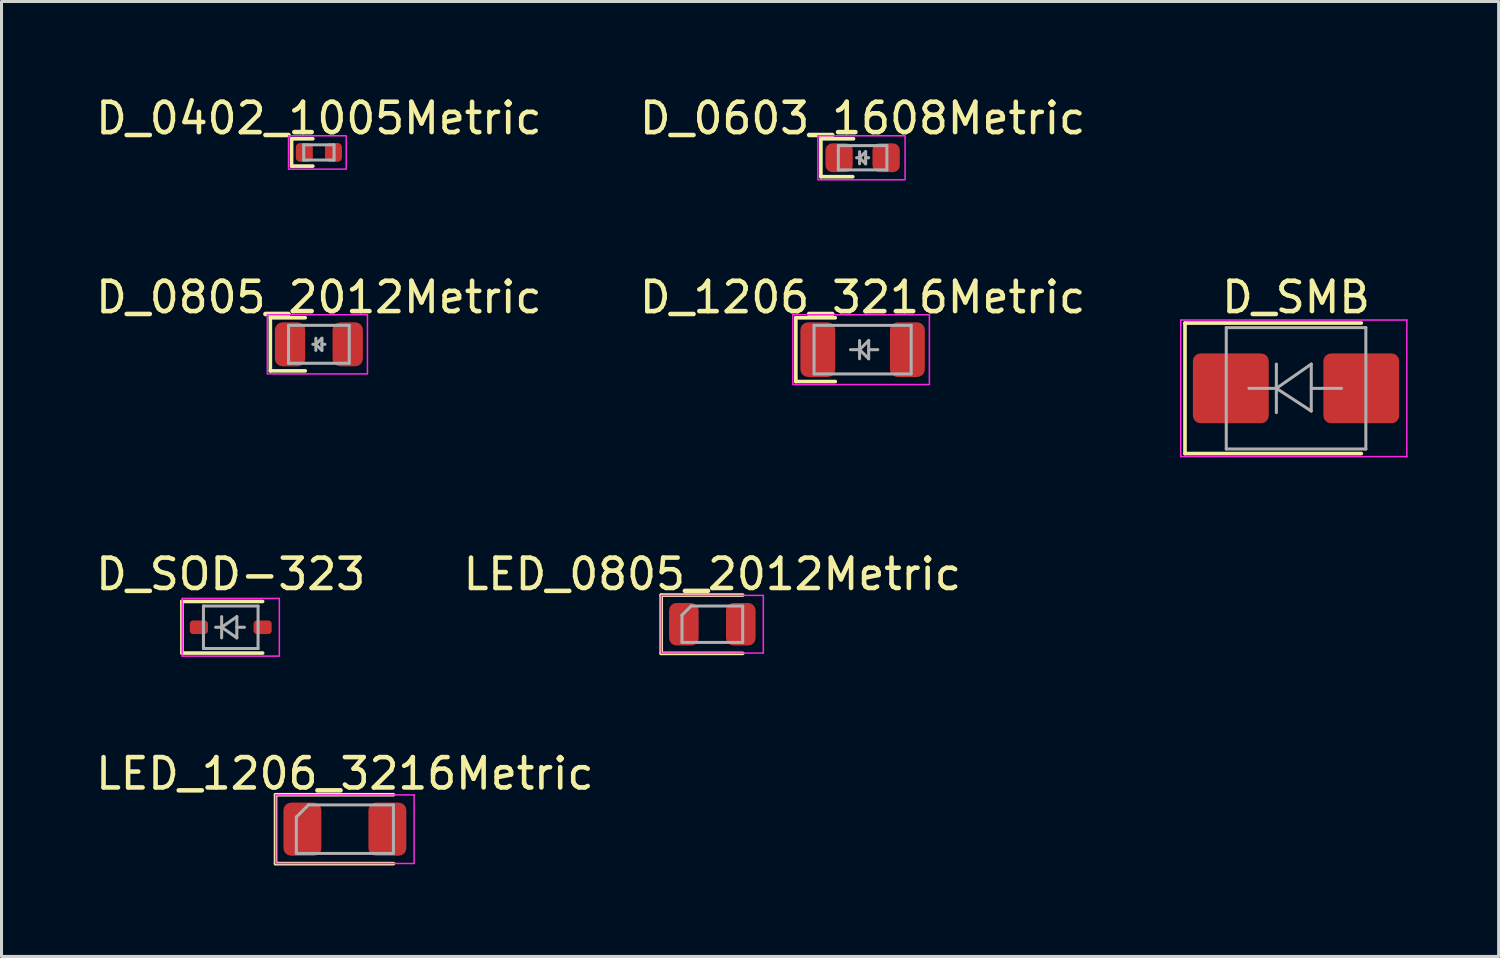
<source format=kicad_pcb>
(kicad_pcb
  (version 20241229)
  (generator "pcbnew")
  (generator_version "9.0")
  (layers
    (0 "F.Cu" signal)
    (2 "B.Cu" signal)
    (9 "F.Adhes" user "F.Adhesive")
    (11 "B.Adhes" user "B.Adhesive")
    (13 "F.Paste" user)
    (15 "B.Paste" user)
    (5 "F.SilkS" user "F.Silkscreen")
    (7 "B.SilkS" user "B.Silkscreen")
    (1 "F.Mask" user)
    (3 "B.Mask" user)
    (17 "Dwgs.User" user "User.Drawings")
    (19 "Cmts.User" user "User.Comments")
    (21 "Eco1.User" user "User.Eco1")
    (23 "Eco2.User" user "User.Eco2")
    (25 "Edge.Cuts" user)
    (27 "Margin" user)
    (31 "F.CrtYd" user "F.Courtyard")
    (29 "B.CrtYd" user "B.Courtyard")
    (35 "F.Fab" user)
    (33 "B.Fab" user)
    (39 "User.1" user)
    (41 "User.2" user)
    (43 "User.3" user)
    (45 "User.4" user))
  (footprint "LED_1206_3216Metric"
    (layer "F.Cu")
    (at 8.315 24.273)
    (property "Reference" "LED_1206_3216Metric" (at 0 -1.83 0) (layer "F.SilkS") (effects (font (size 1 1) (thickness 0.15))))
    (attr smd)
    (fp_line (start -2.285 -1.135) (end -2.285 1.135) (stroke (width 0.12) (type solid)) (layer "F.SilkS"))
    (fp_line (start -2.285 1.135) (end 1.6 1.135) (stroke (width 0.12) (type solid)) (layer "F.SilkS"))
    (fp_line (start 1.6 -1.135) (end -2.285 -1.135) (stroke (width 0.12) (type solid)) (layer "F.SilkS"))
    (fp_line (start -2.28 -1.13) (end 2.28 -1.13) (stroke (width 0.05) (type solid)) (layer "F.CrtYd"))
    (fp_line (start -2.28 1.13) (end -2.28 -1.13) (stroke (width 0.05) (type solid)) (layer "F.CrtYd"))
    (fp_line (start 2.28 -1.13) (end 2.28 1.13) (stroke (width 0.05) (type solid)) (layer "F.CrtYd"))
    (fp_line (start 2.28 1.13) (end -2.28 1.13) (stroke (width 0.05) (type solid)) (layer "F.CrtYd"))
    (fp_line (start -1.6 -0.4) (end -1.6 0.8) (stroke (width 0.1) (type solid)) (layer "F.Fab"))
    (fp_line (start -1.6 0.8) (end 1.6 0.8) (stroke (width 0.1) (type solid)) (layer "F.Fab"))
    (fp_line (start -1.2 -0.8) (end -1.6 -0.4) (stroke (width 0.1) (type solid)) (layer "F.Fab"))
    (fp_line (start 1.6 -0.8) (end -1.2 -0.8) (stroke (width 0.1) (type solid)) (layer "F.Fab"))
    (fp_line (start 1.6 0.8) (end 1.6 -0.8) (stroke (width 0.1) (type solid)) (layer "F.Fab"))
    (pad "1" smd roundrect (at -1.4 0) (size 1.25 1.75) (layers "F.Cu" "F.Mask" "F.Paste") (roundrect_rratio 0.2))
    (pad "2" smd roundrect (at 1.4 0) (size 1.25 1.75) (layers "F.Cu" "F.Mask" "F.Paste") (roundrect_rratio 0.2)))
  (footprint "D_SMB"
    (layer "F.Cu")
    (at 39.658 9.746)
    (property "Reference" "D_SMB" (at 0 -3 0) (layer "F.SilkS") (effects (font (size 1 1) (thickness 0.15))))
    (attr smd)
    (fp_line (start -3.66 -2.15) (end -3.66 2.15) (stroke (width 0.12) (type solid)) (layer "F.SilkS"))
    (fp_line (start -3.66 -2.15) (end 2.15 -2.15) (stroke (width 0.12) (type solid)) (layer "F.SilkS"))
    (fp_line (start -3.66 2.15) (end 2.15 2.15) (stroke (width 0.12) (type solid)) (layer "F.SilkS"))
    (fp_line (start -3.8 -2.25) (end 3.65 -2.25) (stroke (width 0.05) (type solid)) (layer "F.CrtYd"))
    (fp_line (start -3.8 2.25) (end -3.8 -2.25) (stroke (width 0.05) (type solid)) (layer "F.CrtYd"))
    (fp_line (start 3.65 -2.25) (end 3.65 2.25) (stroke (width 0.05) (type solid)) (layer "F.CrtYd"))
    (fp_line (start 3.65 2.25) (end -3.8 2.25) (stroke (width 0.05) (type solid)) (layer "F.CrtYd"))
    (fp_line (start -2.3 2) (end -2.3 -2) (stroke (width 0.1) (type solid)) (layer "F.Fab"))
    (fp_line (start -0.649 -0.799) (end -0.649 0.801) (stroke (width 0.1) (type solid)) (layer "F.Fab"))
    (fp_line (start -0.649 0.001) (end -1.551 0.001) (stroke (width 0.1) (type solid)) (layer "F.Fab"))
    (fp_line (start -0.649 0.001) (end 0.501 -0.799) (stroke (width 0.1) (type solid)) (layer "F.Fab"))
    (fp_line (start -0.649 0.001) (end 0.501 0.75) (stroke (width 0.1) (type solid)) (layer "F.Fab"))
    (fp_line (start 0.501 0.001) (end 1.499 0.001) (stroke (width 0.1) (type solid)) (layer "F.Fab"))
    (fp_line (start 0.501 0.75) (end 0.501 -0.799) (stroke (width 0.1) (type solid)) (layer "F.Fab"))
    (fp_line (start 2.3 -2) (end -2.3 -2) (stroke (width 0.1) (type solid)) (layer "F.Fab"))
    (fp_line (start 2.3 -2) (end 2.3 2) (stroke (width 0.1) (type solid)) (layer "F.Fab"))
    (fp_line (start 2.3 2) (end -2.3 2) (stroke (width 0.1) (type solid)) (layer "F.Fab"))
    (pad "1" smd roundrect (at -2.15 0) (size 2.5 2.3) (layers "F.Cu" "F.Mask" "F.Paste") (roundrect_rratio 0.109))
    (pad "2" smd roundrect (at 2.15 0) (size 2.5 2.3) (layers "F.Cu" "F.Mask" "F.Paste") (roundrect_rratio 0.109)))
  (footprint "D_SOD-323"
    (layer "F.Cu")
    (at 4.554 17.62)
    (property "Reference" "D_SOD-323" (at 0 -1.75 0) (layer "F.SilkS") (effects (font (size 1 1) (thickness 0.15))))
    (attr smd)
    (fp_line (start -1.61 -0.85) (end -1.61 0.85) (stroke (width 0.12) (type solid)) (layer "F.SilkS"))
    (fp_line (start -1.61 -0.85) (end 1.05 -0.85) (stroke (width 0.12) (type solid)) (layer "F.SilkS"))
    (fp_line (start -1.61 0.85) (end 1.05 0.85) (stroke (width 0.12) (type solid)) (layer "F.SilkS"))
    (fp_line (start -1.6 -0.95) (end -1.6 0.95) (stroke (width 0.05) (type solid)) (layer "F.CrtYd"))
    (fp_line (start -1.6 -0.95) (end 1.6 -0.95) (stroke (width 0.05) (type solid)) (layer "F.CrtYd"))
    (fp_line (start -1.6 0.95) (end 1.6 0.95) (stroke (width 0.05) (type solid)) (layer "F.CrtYd"))
    (fp_line (start 1.6 -0.95) (end 1.6 0.95) (stroke (width 0.05) (type solid)) (layer "F.CrtYd"))
    (fp_line (start -0.9 -0.7) (end 0.9 -0.7) (stroke (width 0.1) (type solid)) (layer "F.Fab"))
    (fp_line (start -0.9 0.7) (end -0.9 -0.7) (stroke (width 0.1) (type solid)) (layer "F.Fab"))
    (fp_line (start -0.3 -0.35) (end -0.3 0.35) (stroke (width 0.1) (type solid)) (layer "F.Fab"))
    (fp_line (start -0.3 0) (end -0.5 0) (stroke (width 0.1) (type solid)) (layer "F.Fab"))
    (fp_line (start -0.3 0) (end 0.2 -0.35) (stroke (width 0.1) (type solid)) (layer "F.Fab"))
    (fp_line (start 0.2 -0.35) (end 0.2 0.35) (stroke (width 0.1) (type solid)) (layer "F.Fab"))
    (fp_line (start 0.2 0) (end 0.45 0) (stroke (width 0.1) (type solid)) (layer "F.Fab"))
    (fp_line (start 0.2 0.35) (end -0.3 0) (stroke (width 0.1) (type solid)) (layer "F.Fab"))
    (fp_line (start 0.9 -0.7) (end 0.9 0.7) (stroke (width 0.1) (type solid)) (layer "F.Fab"))
    (fp_line (start 0.9 0.7) (end -0.9 0.7) (stroke (width 0.1) (type solid)) (layer "F.Fab"))
    (pad "1" smd roundrect (at -1.05 0) (size 0.6 0.45) (layers "F.Cu" "F.Mask" "F.Paste") (roundrect_rratio 0.25))
    (pad "2" smd roundrect (at 1.05 0) (size 0.6 0.45) (layers "F.Cu" "F.Mask" "F.Paste") (roundrect_rratio 0.25)))
  (footprint "D_0805_2012Metric"
    (layer "F.Cu")
    (at 7.458 8.296)
    (property "Reference" "D_0805_2012Metric" (at 0 -1.55 0) (layer "F.SilkS") (effects (font (size 1 1) (thickness 0.15))))
    (attr smd)
    (fp_line (start -1.6 -0.875) (end -0.45 -0.875) (stroke (width 0.12) (type solid)) (layer "F.SilkS"))
    (fp_line (start -1.6 0.875) (end -1.6 -0.875) (stroke (width 0.12) (type solid)) (layer "F.SilkS"))
    (fp_line (start -1.6 0.875) (end -0.45 0.875) (stroke (width 0.12) (type solid)) (layer "F.SilkS"))
    (fp_rect (start -1.7 -0.975) (end 1.6 0.975) (stroke (width 0.05) (type default)) (fill no) (layer "F.CrtYd"))
    (fp_line (start -1 -0.625) (end 1 -0.625) (stroke (width 0.1) (type solid)) (layer "F.Fab"))
    (fp_line (start -1 0.625) (end -1 -0.625) (stroke (width 0.1) (type solid)) (layer "F.Fab"))
    (fp_line (start -0.1 -0.2) (end -0.1 0.2) (stroke (width 0.1) (type default)) (layer "F.Fab"))
    (fp_line (start -0.1 0) (end -0.2 0) (stroke (width 0.1) (type default)) (layer "F.Fab"))
    (fp_line (start -0.1 0) (end 0.1 0.2) (stroke (width 0.1) (type default)) (layer "F.Fab"))
    (fp_line (start 0.1 -0.2) (end -0.1 0) (stroke (width 0.1) (type default)) (layer "F.Fab"))
    (fp_line (start 0.1 0.2) (end 0.1 -0.2) (stroke (width 0.1) (type default)) (layer "F.Fab"))
    (fp_line (start 0.2 0) (end 0.1 0) (stroke (width 0.1) (type default)) (layer "F.Fab"))
    (fp_line (start 1 -0.625) (end 1 0.625) (stroke (width 0.1) (type solid)) (layer "F.Fab"))
    (fp_line (start 1 0.625) (end -1 0.625) (stroke (width 0.1) (type solid)) (layer "F.Fab"))
    (pad "1" smd roundrect (at -0.95 0) (size 1 1.45) (layers "F.Cu" "F.Mask" "F.Paste") (roundrect_rratio 0.25))
    (pad "2" smd roundrect (at 0.95 0) (size 1 1.45) (layers "F.Cu" "F.Mask" "F.Paste") (roundrect_rratio 0.25)))
  (footprint "D_0603_1608Metric"
    (layer "F.Cu")
    (at 25.375 2.148)
    (property "Reference" "D_0603_1608Metric" (at 0 -1.3 0) (layer "F.SilkS") (effects (font (size 1 1) (thickness 0.15))))
    (attr smd)
    (fp_line (start -1.375 -0.625) (end -1.375 0.625) (stroke (width 0.12) (type solid)) (layer "F.SilkS"))
    (fp_line (start -1.375 -0.625) (end -0.3 -0.625) (stroke (width 0.12) (type solid)) (layer "F.SilkS"))
    (fp_line (start -0.325 0.625) (end -1.375 0.625) (stroke (width 0.12) (type solid)) (layer "F.SilkS"))
    (fp_rect (start -1.475 -0.725) (end 1.4 0.725) (stroke (width 0.05) (type default)) (fill no) (layer "F.CrtYd"))
    (fp_line (start -0.8 -0.4) (end 0.8 -0.4) (stroke (width 0.1) (type solid)) (layer "F.Fab"))
    (fp_line (start -0.8 0.4) (end -0.8 -0.4) (stroke (width 0.1) (type solid)) (layer "F.Fab"))
    (fp_line (start -0.1 -0.2) (end -0.1 0.2) (stroke (width 0.1) (type default)) (layer "F.Fab"))
    (fp_line (start -0.1 0) (end -0.2 0) (stroke (width 0.1) (type default)) (layer "F.Fab"))
    (fp_line (start -0.1 0) (end 0.1 0.2) (stroke (width 0.1) (type default)) (layer "F.Fab"))
    (fp_line (start 0.1 -0.2) (end -0.1 0) (stroke (width 0.1) (type default)) (layer "F.Fab"))
    (fp_line (start 0.1 0.2) (end 0.1 -0.2) (stroke (width 0.1) (type default)) (layer "F.Fab"))
    (fp_line (start 0.2 0) (end 0.1 0) (stroke (width 0.1) (type default)) (layer "F.Fab"))
    (fp_line (start 0.8 -0.4) (end 0.8 0.4) (stroke (width 0.1) (type solid)) (layer "F.Fab"))
    (fp_line (start 0.8 0.4) (end -0.8 0.4) (stroke (width 0.1) (type solid)) (layer "F.Fab"))
    (pad "1" smd roundrect (at -0.775 0) (size 0.9 0.95) (layers "F.Cu" "F.Mask" "F.Paste") (roundrect_rratio 0.25))
    (pad "2" smd roundrect (at 0.775 0) (size 0.9 0.95) (layers "F.Cu" "F.Mask" "F.Paste") (roundrect_rratio 0.25)))
  (footprint "LED_0805_2012Metric"
    (layer "F.Cu")
    (at 20.423 17.52)
    (property "Reference" "LED_0805_2012Metric" (at 0 -1.65 0) (layer "F.SilkS") (effects (font (size 1 1) (thickness 0.15))))
    (attr smd)
    (fp_line (start -1.685 -0.96) (end -1.685 0.96) (stroke (width 0.12) (type solid)) (layer "F.SilkS"))
    (fp_line (start -1.685 0.96) (end 1 0.96) (stroke (width 0.12) (type solid)) (layer "F.SilkS"))
    (fp_line (start 1 -0.96) (end -1.685 -0.96) (stroke (width 0.12) (type solid)) (layer "F.SilkS"))
    (fp_line (start -1.68 -0.95) (end 1.68 -0.95) (stroke (width 0.05) (type solid)) (layer "F.CrtYd"))
    (fp_line (start -1.68 0.95) (end -1.68 -0.95) (stroke (width 0.05) (type solid)) (layer "F.CrtYd"))
    (fp_line (start 1.68 -0.95) (end 1.68 0.95) (stroke (width 0.05) (type solid)) (layer "F.CrtYd"))
    (fp_line (start 1.68 0.95) (end -1.68 0.95) (stroke (width 0.05) (type solid)) (layer "F.CrtYd"))
    (fp_line (start -1 -0.3) (end -1 0.6) (stroke (width 0.1) (type solid)) (layer "F.Fab"))
    (fp_line (start -1 0.6) (end 1 0.6) (stroke (width 0.1) (type solid)) (layer "F.Fab"))
    (fp_line (start -0.7 -0.6) (end -1 -0.3) (stroke (width 0.1) (type solid)) (layer "F.Fab"))
    (fp_line (start 1 -0.6) (end -0.7 -0.6) (stroke (width 0.1) (type solid)) (layer "F.Fab"))
    (fp_line (start 1 0.6) (end 1 -0.6) (stroke (width 0.1) (type solid)) (layer "F.Fab"))
    (pad "1" smd roundrect (at -0.938 0) (size 0.975 1.4) (layers "F.Cu" "F.Mask" "F.Paste") (roundrect_rratio 0.25))
    (pad "2" smd roundrect (at 0.938 0) (size 0.975 1.4) (layers "F.Cu" "F.Mask" "F.Paste") (roundrect_rratio 0.25)))
  (footprint "D_0402_1005Metric"
    (layer "F.Cu")
    (at 7.458 1.973)
    (property "Reference" "D_0402_1005Metric" (at 0 -1.125 0) (layer "F.SilkS") (effects (font (size 1 1) (thickness 0.15))))
    (attr smd)
    (fp_line (start -0.9 -0.45) (end -0.2 -0.45) (stroke (width 0.12) (type solid)) (layer "F.SilkS"))
    (fp_line (start -0.9 0.45) (end -0.9 -0.45) (stroke (width 0.12) (type solid)) (layer "F.SilkS"))
    (fp_line (start -0.9 0.45) (end -0.2 0.45) (stroke (width 0.12) (type solid)) (layer "F.SilkS"))
    (fp_rect (start -1 -0.55) (end 0.9 0.55) (stroke (width 0.05) (type default)) (fill no) (layer "F.CrtYd"))
    (fp_line (start -0.5 -0.25) (end 0.5 -0.25) (stroke (width 0.1) (type solid)) (layer "F.Fab"))
    (fp_line (start -0.5 0.25) (end -0.5 -0.25) (stroke (width 0.1) (type solid)) (layer "F.Fab"))
    (fp_line (start 0.5 -0.25) (end 0.5 0.25) (stroke (width 0.1) (type solid)) (layer "F.Fab"))
    (fp_line (start 0.5 0.25) (end -0.5 0.25) (stroke (width 0.1) (type solid)) (layer "F.Fab"))
    (pad "1" smd roundrect (at -0.48 0) (size 0.56 0.62) (layers "F.Cu" "F.Mask" "F.Paste") (roundrect_rratio 0.25))
    (pad "2" smd roundrect (at 0.48 0) (size 0.56 0.62) (layers "F.Cu" "F.Mask" "F.Paste") (roundrect_rratio 0.25)))
  (footprint "D_1206_3216Metric"
    (layer "F.Cu")
    (at 25.375 8.472)
    (property "Reference" "D_1206_3216Metric" (at 0 -1.725 0) (layer "F.SilkS") (effects (font (size 1 1) (thickness 0.15))))
    (attr smd)
    (fp_line (start -2.2 -1.05) (end -0.9 -1.05) (stroke (width 0.12) (type solid)) (layer "F.SilkS"))
    (fp_line (start -2.2 1.05) (end -2.2 -1.05) (stroke (width 0.12) (type solid)) (layer "F.SilkS"))
    (fp_line (start -2.2 1.05) (end -0.9 1.05) (stroke (width 0.12) (type solid)) (layer "F.SilkS"))
    (fp_rect (start -2.3 -1.15) (end 2.2 1.15) (stroke (width 0.05) (type default)) (fill no) (layer "F.CrtYd"))
    (fp_line (start -1.6 -0.8) (end 1.6 -0.8) (stroke (width 0.1) (type solid)) (layer "F.Fab"))
    (fp_line (start -1.6 0.8) (end -1.6 -0.8) (stroke (width 0.1) (type solid)) (layer "F.Fab"))
    (fp_line (start -0.1 -0.3) (end -0.1 0.3) (stroke (width 0.1) (type default)) (layer "F.Fab"))
    (fp_line (start -0.1 0) (end -0.4 0) (stroke (width 0.1) (type default)) (layer "F.Fab"))
    (fp_line (start -0.1 0) (end 0.2 0.3) (stroke (width 0.1) (type default)) (layer "F.Fab"))
    (fp_line (start 0.2 -0.3) (end -0.1 0) (stroke (width 0.1) (type default)) (layer "F.Fab"))
    (fp_line (start 0.2 0.3) (end 0.2 -0.3) (stroke (width 0.1) (type default)) (layer "F.Fab"))
    (fp_line (start 0.5 0) (end 0.2 0) (stroke (width 0.1) (type default)) (layer "F.Fab"))
    (fp_line (start 1.6 -0.8) (end 1.6 0.8) (stroke (width 0.1) (type solid)) (layer "F.Fab"))
    (fp_line (start 1.6 0.8) (end -1.6 0.8) (stroke (width 0.1) (type solid)) (layer "F.Fab"))
    (pad "1" smd roundrect (at -1.475 0) (size 1.15 1.8) (layers "F.Cu" "F.Mask" "F.Paste") (roundrect_rratio 0.217))
    (pad "2" smd roundrect (at 1.475 0) (size 1.15 1.8) (layers "F.Cu" "F.Mask" "F.Paste") (roundrect_rratio 0.217)))
  (gr_rect
    (start -3 -3)
    (end 46.333 28.468)
    (stroke (width 0.1) (type default))
    (fill no)
    (layer "Edge.Cuts")))
</source>
